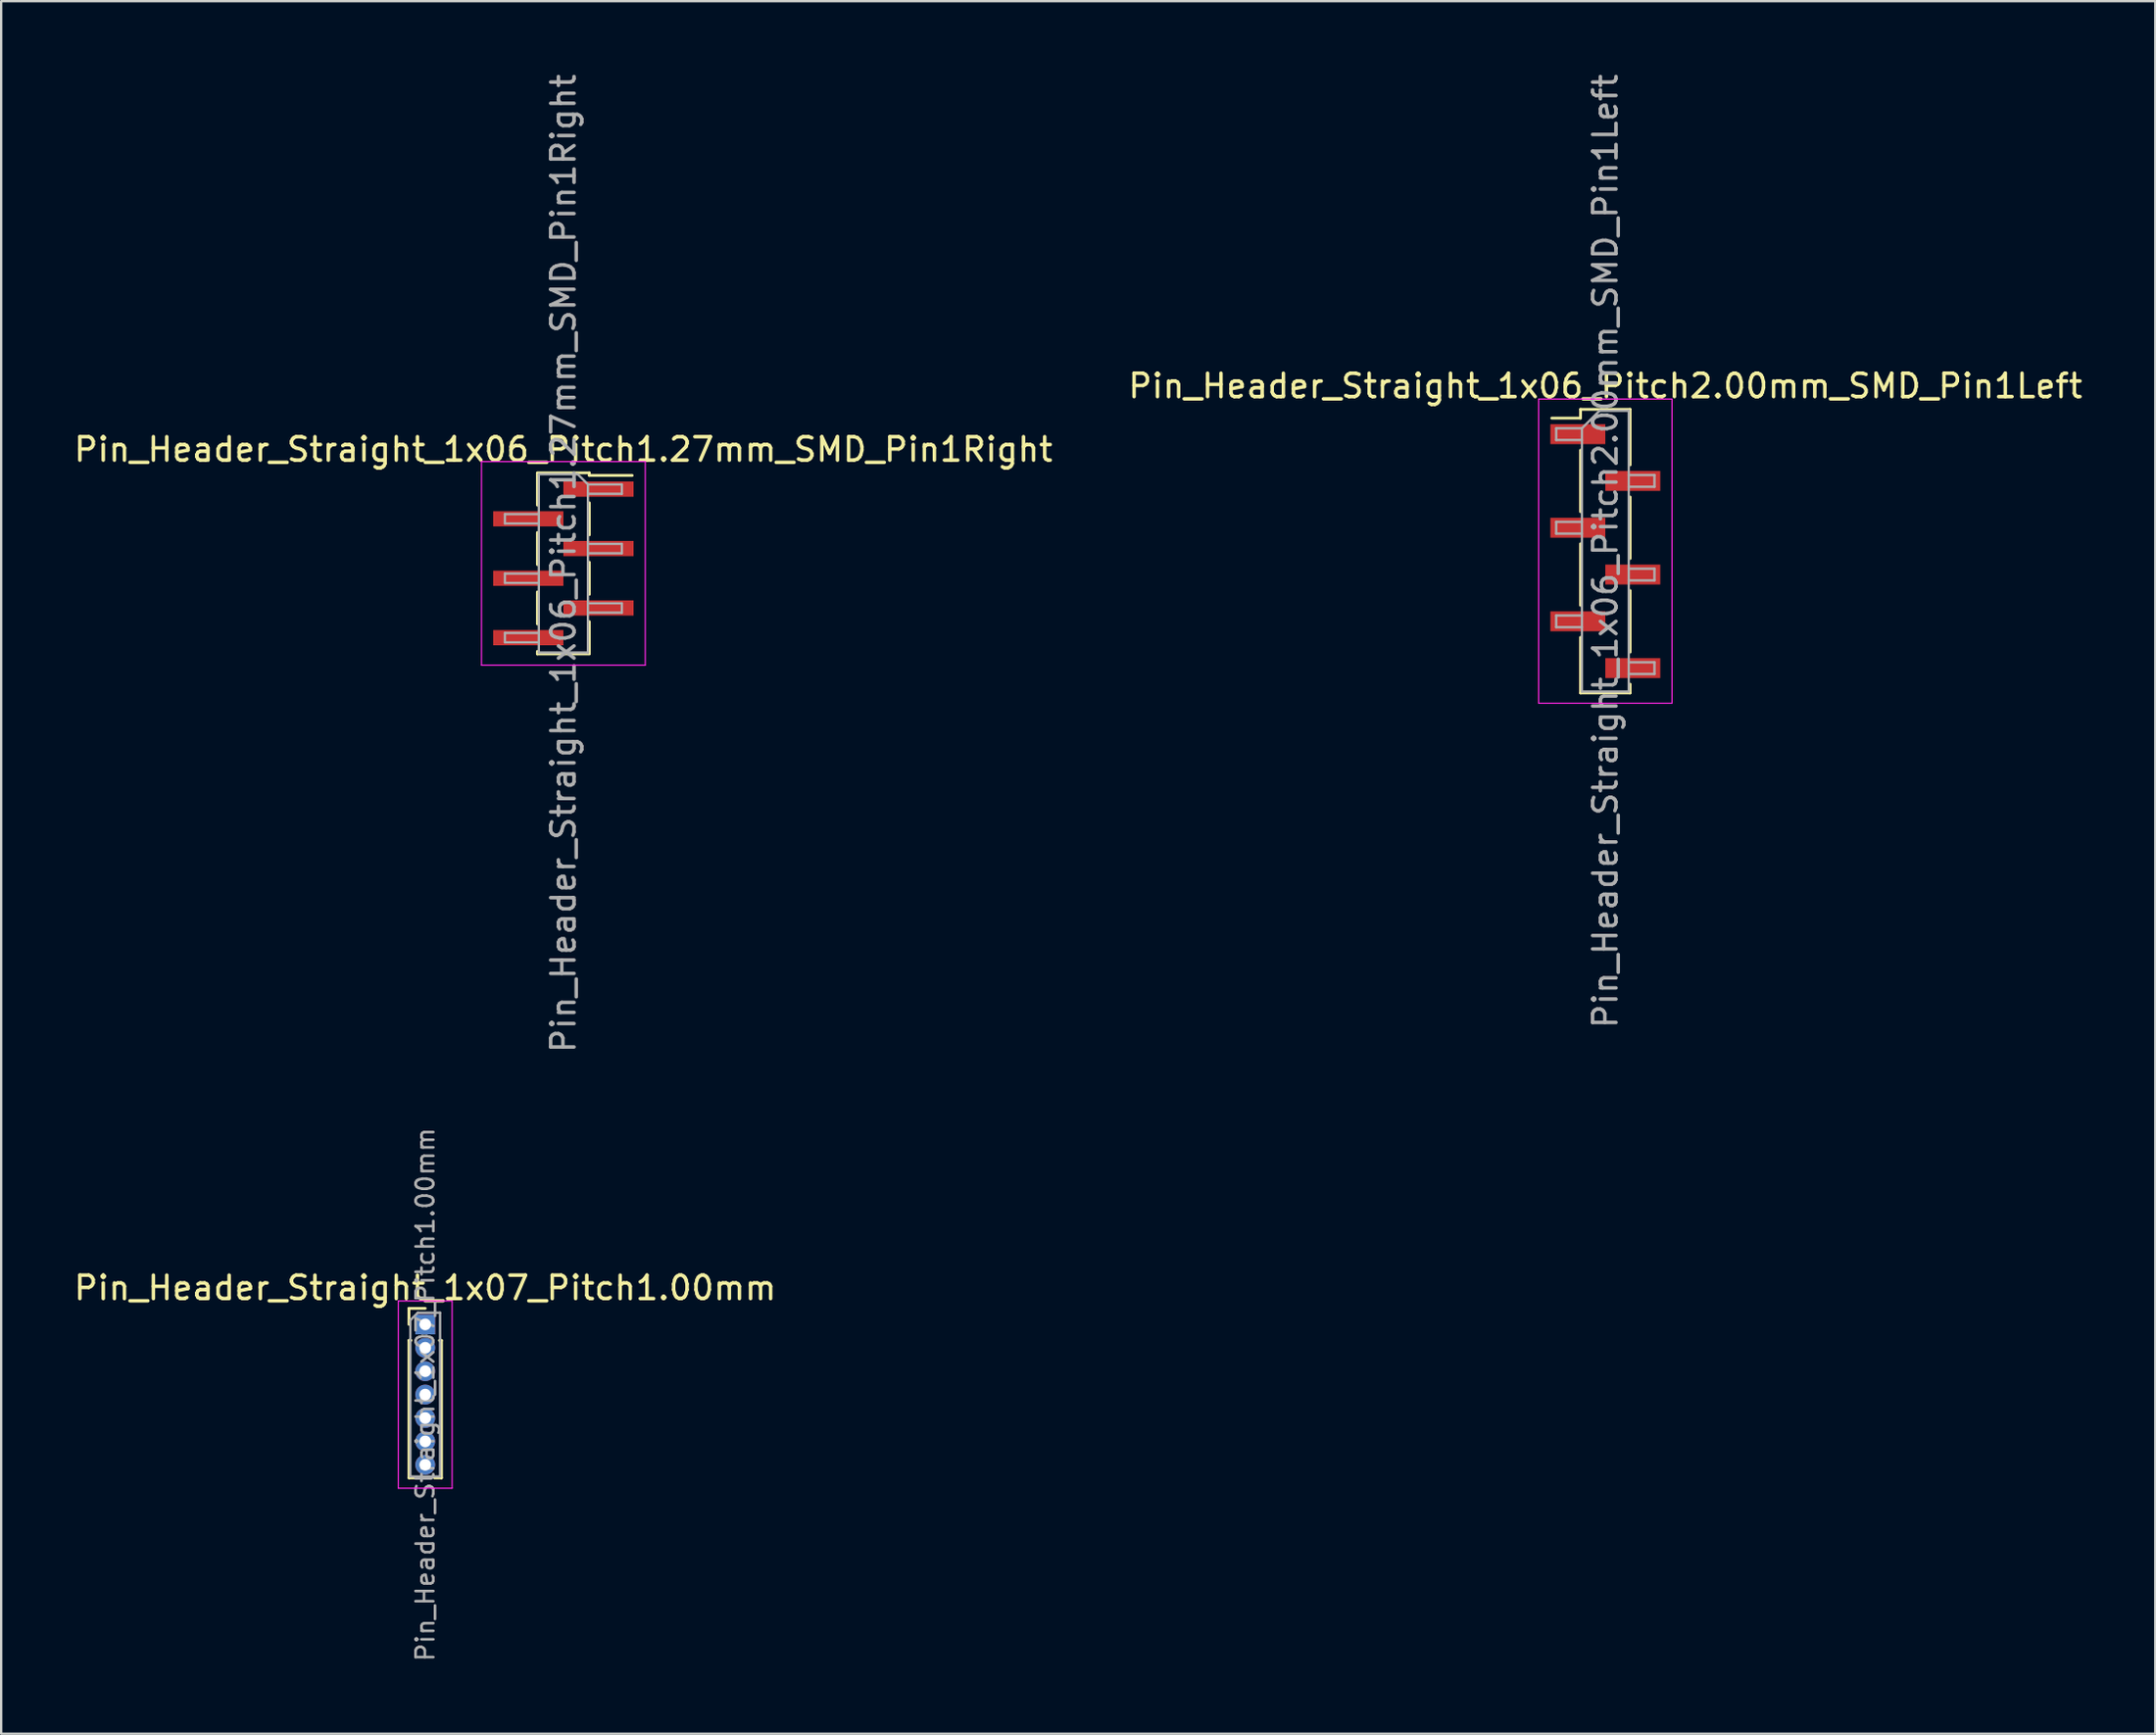
<source format=kicad_pcb>
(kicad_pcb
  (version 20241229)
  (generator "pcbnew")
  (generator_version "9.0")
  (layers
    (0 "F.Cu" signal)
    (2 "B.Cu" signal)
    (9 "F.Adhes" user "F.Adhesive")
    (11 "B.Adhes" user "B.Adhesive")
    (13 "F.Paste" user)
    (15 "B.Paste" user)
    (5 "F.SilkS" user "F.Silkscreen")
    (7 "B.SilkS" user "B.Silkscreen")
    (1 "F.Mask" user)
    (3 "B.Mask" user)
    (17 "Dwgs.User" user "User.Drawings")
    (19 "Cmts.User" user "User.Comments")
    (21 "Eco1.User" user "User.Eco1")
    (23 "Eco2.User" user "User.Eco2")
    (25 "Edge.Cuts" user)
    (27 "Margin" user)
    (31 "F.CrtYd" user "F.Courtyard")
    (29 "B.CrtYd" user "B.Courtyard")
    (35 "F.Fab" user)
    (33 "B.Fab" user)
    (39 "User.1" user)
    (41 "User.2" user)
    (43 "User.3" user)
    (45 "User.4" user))
  (footprint "Pin_Header_Straight_1x06_Pitch1.27mm_SMD_Pin1Right"
    (layer "F.Cu")
    (at 21.03 21.03)
    (property "Reference" "Pin_Header_Straight_1x06_Pitch1.27mm_SMD_Pin1Right" (at 0 -4.87 0) (layer "F.SilkS") (effects (font (size 1 1) (thickness 0.15))))
    (attr smd)
    (fp_line (start -1.11 -3.87) (end 1.11 -3.87) (stroke (width 0.12) (type solid)) (layer "F.SilkS"))
    (fp_line (start -1.11 -3.86) (end -1.11 -2.49) (stroke (width 0.12) (type solid)) (layer "F.SilkS"))
    (fp_line (start -1.11 -1.32) (end -1.11 0.05) (stroke (width 0.12) (type solid)) (layer "F.SilkS"))
    (fp_line (start -1.11 1.22) (end -1.11 2.59) (stroke (width 0.12) (type solid)) (layer "F.SilkS"))
    (fp_line (start -1.11 3.76) (end -1.11 3.87) (stroke (width 0.12) (type solid)) (layer "F.SilkS"))
    (fp_line (start -1.11 3.87) (end 1.11 3.87) (stroke (width 0.12) (type solid)) (layer "F.SilkS"))
    (fp_line (start 1.11 -3.87) (end 1.11 -3.76) (stroke (width 0.12) (type solid)) (layer "F.SilkS"))
    (fp_line (start 1.11 -3.76) (end 2.94 -3.76) (stroke (width 0.12) (type solid)) (layer "F.SilkS"))
    (fp_line (start 1.11 -2.59) (end 1.11 -1.22) (stroke (width 0.12) (type solid)) (layer "F.SilkS"))
    (fp_line (start 1.11 -0.05) (end 1.11 1.32) (stroke (width 0.12) (type solid)) (layer "F.SilkS"))
    (fp_line (start 1.11 2.49) (end 1.11 3.86) (stroke (width 0.12) (type solid)) (layer "F.SilkS"))
    (fp_line (start -3.5 -4.35) (end -3.5 4.35) (stroke (width 0.05) (type solid)) (layer "F.CrtYd"))
    (fp_line (start -3.5 4.35) (end 3.5 4.35) (stroke (width 0.05) (type solid)) (layer "F.CrtYd"))
    (fp_line (start 3.5 -4.35) (end -3.5 -4.35) (stroke (width 0.05) (type solid)) (layer "F.CrtYd"))
    (fp_line (start 3.5 4.35) (end 3.5 -4.35) (stroke (width 0.05) (type solid)) (layer "F.CrtYd"))
    (fp_line (start -2.5 -2.105) (end -2.5 -1.705) (stroke (width 0.1) (type solid)) (layer "F.Fab"))
    (fp_line (start -2.5 -1.705) (end -1.05 -1.705) (stroke (width 0.1) (type solid)) (layer "F.Fab"))
    (fp_line (start -2.5 0.435) (end -2.5 0.835) (stroke (width 0.1) (type solid)) (layer "F.Fab"))
    (fp_line (start -2.5 0.835) (end -1.05 0.835) (stroke (width 0.1) (type solid)) (layer "F.Fab"))
    (fp_line (start -2.5 2.975) (end -2.5 3.375) (stroke (width 0.1) (type solid)) (layer "F.Fab"))
    (fp_line (start -2.5 3.375) (end -1.05 3.375) (stroke (width 0.1) (type solid)) (layer "F.Fab"))
    (fp_line (start -1.05 -3.81) (end -1.05 3.81) (stroke (width 0.1) (type solid)) (layer "F.Fab"))
    (fp_line (start -1.05 -3.81) (end 0.615 -3.81) (stroke (width 0.1) (type solid)) (layer "F.Fab"))
    (fp_line (start -1.05 -2.105) (end -2.5 -2.105) (stroke (width 0.1) (type solid)) (layer "F.Fab"))
    (fp_line (start -1.05 0.435) (end -2.5 0.435) (stroke (width 0.1) (type solid)) (layer "F.Fab"))
    (fp_line (start -1.05 2.975) (end -2.5 2.975) (stroke (width 0.1) (type solid)) (layer "F.Fab"))
    (fp_line (start 1.05 -3.375) (end 0.615 -3.81) (stroke (width 0.1) (type solid)) (layer "F.Fab"))
    (fp_line (start 1.05 -3.375) (end 2.5 -3.375) (stroke (width 0.1) (type solid)) (layer "F.Fab"))
    (fp_line (start 1.05 -0.835) (end 2.5 -0.835) (stroke (width 0.1) (type solid)) (layer "F.Fab"))
    (fp_line (start 1.05 1.705) (end 2.5 1.705) (stroke (width 0.1) (type solid)) (layer "F.Fab"))
    (fp_line (start 1.05 3.81) (end -1.05 3.81) (stroke (width 0.1) (type solid)) (layer "F.Fab"))
    (fp_line (start 1.05 3.81) (end 1.05 -3.375) (stroke (width 0.1) (type solid)) (layer "F.Fab"))
    (fp_line (start 2.5 -3.375) (end 2.5 -2.975) (stroke (width 0.1) (type solid)) (layer "F.Fab"))
    (fp_line (start 2.5 -2.975) (end 1.05 -2.975) (stroke (width 0.1) (type solid)) (layer "F.Fab"))
    (fp_line (start 2.5 -0.835) (end 2.5 -0.435) (stroke (width 0.1) (type solid)) (layer "F.Fab"))
    (fp_line (start 2.5 -0.435) (end 1.05 -0.435) (stroke (width 0.1) (type solid)) (layer "F.Fab"))
    (fp_line (start 2.5 1.705) (end 2.5 2.105) (stroke (width 0.1) (type solid)) (layer "F.Fab"))
    (fp_line (start 2.5 2.105) (end 1.05 2.105) (stroke (width 0.1) (type solid)) (layer "F.Fab"))
    (fp_text user "${REFERENCE}" (at 0 0 90) (layer "F.Fab") (effects (font (size 1 1) (thickness 0.15))))
    (pad "1" smd rect (at 1.5 -3.175) (size 3 0.65) (layers "F.Cu" "F.Mask" "F.Paste"))
    (pad "2" smd rect (at -1.5 -1.905) (size 3 0.65) (layers "F.Cu" "F.Mask" "F.Paste"))
    (pad "3" smd rect (at 1.5 -0.635) (size 3 0.65) (layers "F.Cu" "F.Mask" "F.Paste"))
    (pad "4" smd rect (at -1.5 0.635) (size 3 0.65) (layers "F.Cu" "F.Mask" "F.Paste"))
    (pad "5" smd rect (at 1.5 1.905) (size 3 0.65) (layers "F.Cu" "F.Mask" "F.Paste"))
    (pad "6" smd rect (at -1.5 3.175) (size 3 0.65) (layers "F.Cu" "F.Mask" "F.Paste")))
  (footprint "Pin_Header_Straight_1x07_Pitch1.00mm"
    (layer "F.Cu")
    (at 15.125 53.555)
    (property "Reference" "Pin_Header_Straight_1x07_Pitch1.00mm" (at 0 -1.56 0) (layer "F.SilkS") (effects (font (size 1 1) (thickness 0.15))))
    (attr through_hole)
    (fp_line (start -0.695 -0.685) (end 0 -0.685) (stroke (width 0.12) (type solid)) (layer "F.SilkS"))
    (fp_line (start -0.695 0) (end -0.695 -0.685) (stroke (width 0.12) (type solid)) (layer "F.SilkS"))
    (fp_line (start -0.695 0.685) (end -0.695 6.56) (stroke (width 0.12) (type solid)) (layer "F.SilkS"))
    (fp_line (start -0.695 0.685) (end -0.608 0.685) (stroke (width 0.12) (type solid)) (layer "F.SilkS"))
    (fp_line (start -0.695 6.56) (end -0.394 6.56) (stroke (width 0.12) (type solid)) (layer "F.SilkS"))
    (fp_line (start 0.394 6.56) (end 0.695 6.56) (stroke (width 0.12) (type solid)) (layer "F.SilkS"))
    (fp_line (start 0.608 0.685) (end 0.695 0.685) (stroke (width 0.12) (type solid)) (layer "F.SilkS"))
    (fp_line (start 0.695 0.685) (end 0.695 6.56) (stroke (width 0.12) (type solid)) (layer "F.SilkS"))
    (fp_line (start -1.15 -1) (end -1.15 7) (stroke (width 0.05) (type solid)) (layer "F.CrtYd"))
    (fp_line (start -1.15 7) (end 1.15 7) (stroke (width 0.05) (type solid)) (layer "F.CrtYd"))
    (fp_line (start 1.15 -1) (end -1.15 -1) (stroke (width 0.05) (type solid)) (layer "F.CrtYd"))
    (fp_line (start 1.15 7) (end 1.15 -1) (stroke (width 0.05) (type solid)) (layer "F.CrtYd"))
    (fp_line (start -0.635 -0.182) (end -0.318 -0.5) (stroke (width 0.1) (type solid)) (layer "F.Fab"))
    (fp_line (start -0.635 6.5) (end -0.635 -0.182) (stroke (width 0.1) (type solid)) (layer "F.Fab"))
    (fp_line (start -0.318 -0.5) (end 0.635 -0.5) (stroke (width 0.1) (type solid)) (layer "F.Fab"))
    (fp_line (start 0.635 -0.5) (end 0.635 6.5) (stroke (width 0.1) (type solid)) (layer "F.Fab"))
    (fp_line (start 0.635 6.5) (end -0.635 6.5) (stroke (width 0.1) (type solid)) (layer "F.Fab"))
    (fp_text user "${REFERENCE}" (at 0 3 90) (layer "F.Fab") (effects (font (size 0.76 0.76) (thickness 0.114))))
    (pad "1" thru_hole rect (at 0 0) (size 0.85 0.85) (drill 0.5) (layers "*.Cu" "*.Mask"))
    (pad "2" thru_hole oval (at 0 1) (size 0.85 0.85) (drill 0.5) (layers "*.Cu" "*.Mask"))
    (pad "3" thru_hole oval (at 0 2) (size 0.85 0.85) (drill 0.5) (layers "*.Cu" "*.Mask"))
    (pad "4" thru_hole oval (at 0 3) (size 0.85 0.85) (drill 0.5) (layers "*.Cu" "*.Mask"))
    (pad "5" thru_hole oval (at 0 4) (size 0.85 0.85) (drill 0.5) (layers "*.Cu" "*.Mask"))
    (pad "6" thru_hole oval (at 0 5) (size 0.85 0.85) (drill 0.5) (layers "*.Cu" "*.Mask"))
    (pad "7" thru_hole oval (at 0 6) (size 0.85 0.85) (drill 0.5) (layers "*.Cu" "*.Mask")))
  (footprint "Pin_Header_Straight_1x06_Pitch2.00mm_SMD_Pin1Left"
    (layer "F.Cu")
    (at 65.565 20.506)
    (property "Reference" "Pin_Header_Straight_1x06_Pitch2.00mm_SMD_Pin1Left" (at 0 -7.06 0) (layer "F.SilkS") (effects (font (size 1 1) (thickness 0.15))))
    (attr smd)
    (fp_line (start -1.06 -6.06) (end -1.06 -5.685) (stroke (width 0.12) (type solid)) (layer "F.SilkS"))
    (fp_line (start -1.06 -6.06) (end 1.06 -6.06) (stroke (width 0.12) (type solid)) (layer "F.SilkS"))
    (fp_line (start -1.06 -5.685) (end -2.29 -5.685) (stroke (width 0.12) (type solid)) (layer "F.SilkS"))
    (fp_line (start -1.06 -4.315) (end -1.06 -1.685) (stroke (width 0.12) (type solid)) (layer "F.SilkS"))
    (fp_line (start -1.06 -0.315) (end -1.06 2.315) (stroke (width 0.12) (type solid)) (layer "F.SilkS"))
    (fp_line (start -1.06 3.685) (end -1.06 6.06) (stroke (width 0.12) (type solid)) (layer "F.SilkS"))
    (fp_line (start -1.06 6.06) (end 1.06 6.06) (stroke (width 0.12) (type solid)) (layer "F.SilkS"))
    (fp_line (start 1.06 -6.06) (end 1.06 -3.685) (stroke (width 0.12) (type solid)) (layer "F.SilkS"))
    (fp_line (start 1.06 -2.315) (end 1.06 0.315) (stroke (width 0.12) (type solid)) (layer "F.SilkS"))
    (fp_line (start 1.06 1.685) (end 1.06 4.315) (stroke (width 0.12) (type solid)) (layer "F.SilkS"))
    (fp_line (start 1.06 5.685) (end 1.06 6.06) (stroke (width 0.12) (type solid)) (layer "F.SilkS"))
    (fp_line (start -2.85 -6.5) (end -2.85 6.5) (stroke (width 0.05) (type solid)) (layer "F.CrtYd"))
    (fp_line (start -2.85 6.5) (end 2.85 6.5) (stroke (width 0.05) (type solid)) (layer "F.CrtYd"))
    (fp_line (start 2.85 -6.5) (end -2.85 -6.5) (stroke (width 0.05) (type solid)) (layer "F.CrtYd"))
    (fp_line (start 2.85 6.5) (end 2.85 -6.5) (stroke (width 0.05) (type solid)) (layer "F.CrtYd"))
    (fp_line (start -2.1 -5.25) (end -2.1 -4.75) (stroke (width 0.1) (type solid)) (layer "F.Fab"))
    (fp_line (start -2.1 -4.75) (end -1 -4.75) (stroke (width 0.1) (type solid)) (layer "F.Fab"))
    (fp_line (start -2.1 -1.25) (end -2.1 -0.75) (stroke (width 0.1) (type solid)) (layer "F.Fab"))
    (fp_line (start -2.1 -0.75) (end -1 -0.75) (stroke (width 0.1) (type solid)) (layer "F.Fab"))
    (fp_line (start -2.1 2.75) (end -2.1 3.25) (stroke (width 0.1) (type solid)) (layer "F.Fab"))
    (fp_line (start -2.1 3.25) (end -1 3.25) (stroke (width 0.1) (type solid)) (layer "F.Fab"))
    (fp_line (start -1 -5.25) (end -2.1 -5.25) (stroke (width 0.1) (type solid)) (layer "F.Fab"))
    (fp_line (start -1 -5.25) (end -0.25 -6) (stroke (width 0.1) (type solid)) (layer "F.Fab"))
    (fp_line (start -1 -1.25) (end -2.1 -1.25) (stroke (width 0.1) (type solid)) (layer "F.Fab"))
    (fp_line (start -1 2.75) (end -2.1 2.75) (stroke (width 0.1) (type solid)) (layer "F.Fab"))
    (fp_line (start -1 6) (end -1 -5.25) (stroke (width 0.1) (type solid)) (layer "F.Fab"))
    (fp_line (start -0.25 -6) (end 1 -6) (stroke (width 0.1) (type solid)) (layer "F.Fab"))
    (fp_line (start 1 -6) (end 1 6) (stroke (width 0.1) (type solid)) (layer "F.Fab"))
    (fp_line (start 1 -3.25) (end 2.1 -3.25) (stroke (width 0.1) (type solid)) (layer "F.Fab"))
    (fp_line (start 1 0.75) (end 2.1 0.75) (stroke (width 0.1) (type solid)) (layer "F.Fab"))
    (fp_line (start 1 4.75) (end 2.1 4.75) (stroke (width 0.1) (type solid)) (layer "F.Fab"))
    (fp_line (start 1 6) (end -1 6) (stroke (width 0.1) (type solid)) (layer "F.Fab"))
    (fp_line (start 2.1 -3.25) (end 2.1 -2.75) (stroke (width 0.1) (type solid)) (layer "F.Fab"))
    (fp_line (start 2.1 -2.75) (end 1 -2.75) (stroke (width 0.1) (type solid)) (layer "F.Fab"))
    (fp_line (start 2.1 0.75) (end 2.1 1.25) (stroke (width 0.1) (type solid)) (layer "F.Fab"))
    (fp_line (start 2.1 1.25) (end 1 1.25) (stroke (width 0.1) (type solid)) (layer "F.Fab"))
    (fp_line (start 2.1 4.75) (end 2.1 5.25) (stroke (width 0.1) (type solid)) (layer "F.Fab"))
    (fp_line (start 2.1 5.25) (end 1 5.25) (stroke (width 0.1) (type solid)) (layer "F.Fab"))
    (fp_text user "${REFERENCE}" (at 0 0 90) (layer "F.Fab") (effects (font (size 1 1) (thickness 0.15))))
    (pad "1" smd rect (at -1.175 -5) (size 2.35 0.85) (layers "F.Cu" "F.Mask" "F.Paste"))
    (pad "2" smd rect (at 1.175 -3) (size 2.35 0.85) (layers "F.Cu" "F.Mask" "F.Paste"))
    (pad "3" smd rect (at -1.175 -1) (size 2.35 0.85) (layers "F.Cu" "F.Mask" "F.Paste"))
    (pad "4" smd rect (at 1.175 1) (size 2.35 0.85) (layers "F.Cu" "F.Mask" "F.Paste"))
    (pad "5" smd rect (at -1.175 3) (size 2.35 0.85) (layers "F.Cu" "F.Mask" "F.Paste"))
    (pad "6" smd rect (at 1.175 5) (size 2.35 0.85) (layers "F.Cu" "F.Mask" "F.Paste")))
  (gr_rect
    (start -3 -3)
    (end 89.071 71.05)
    (stroke (width 0.1) (type default))
    (fill no)
    (layer "Edge.Cuts")))
</source>
